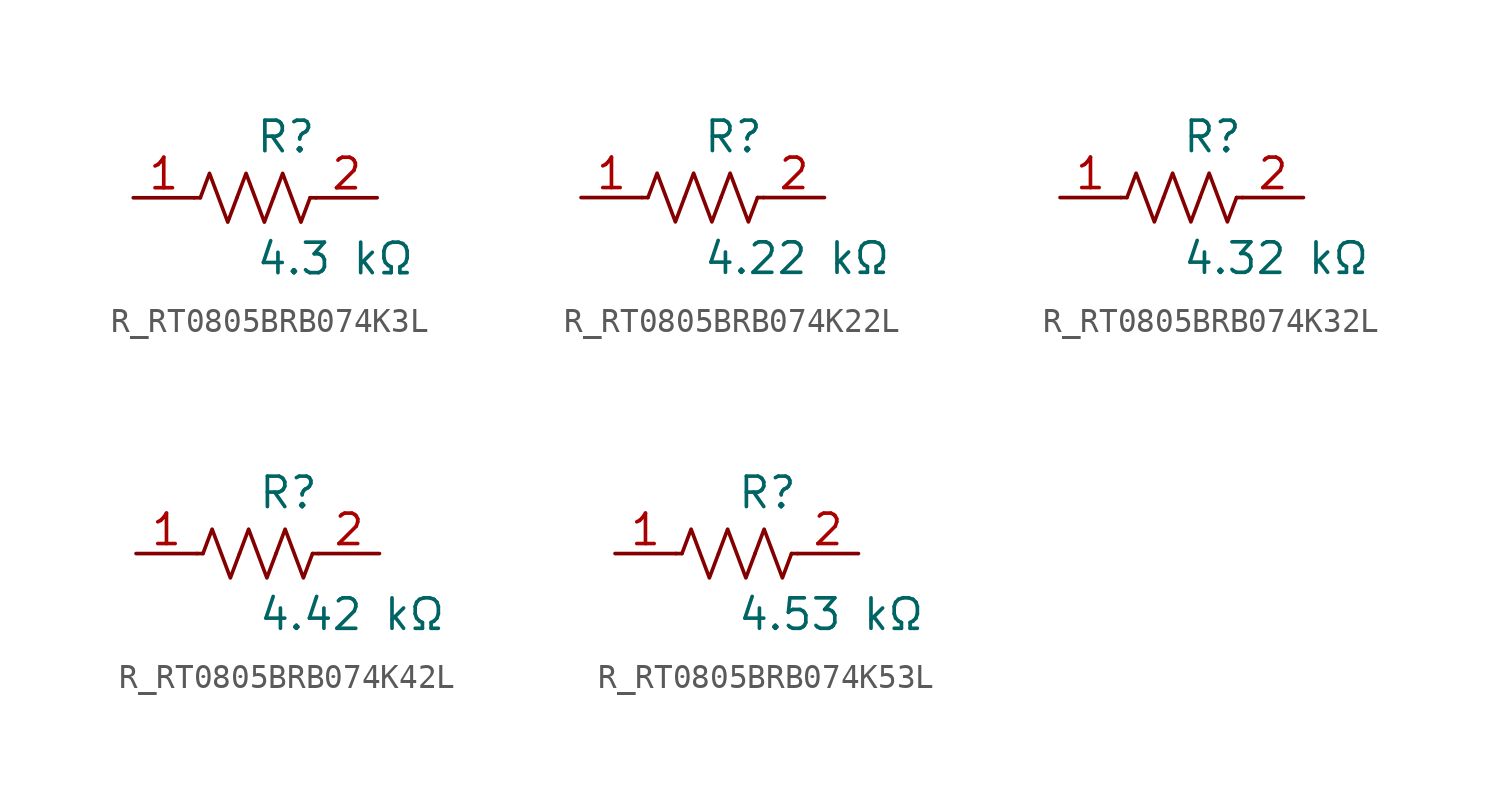
<source format=kicad_sym>
(kicad_symbol_lib
  (version 20231120)
  (generator kicad_symbol_editor)
  (generator_version 8.0)
  (symbol "R_RT0805BRB074K3L"
    (pin_names
      (offset 0.254))
    (property "Reference" "R"
      (at 0.0 2.54 0)
      (effects (font (size 1.27 1.27)) (justify left)))
    (property "Value" "4.3 kΩ"
      (at 0.0 -2.54 0)
      (effects (font (size 1.27 1.27)) (justify left)))
    (symbol "R_RT0805BRB074K3L_0_1"
      (polyline (pts (xy 2.286 0) (xy 2.54 0)) (stroke (width 0) (type default)) (fill (type none)))
      (polyline (pts (xy -2.286 0) (xy -2.54 0)) (stroke (width 0) (type default)) (fill (type none)))
      (polyline (pts (xy 0.762 0) (xy 1.143 1.016) (xy 1.524 0) (xy 1.905 -1.016) (xy 2.286 0)) (stroke (width 0) (type default)) (fill (type none)))
      (polyline (pts (xy -0.762 0) (xy -0.381 1.016) (xy 0 0) (xy 0.381 -1.016) (xy 0.762 0)) (stroke (width 0) (type default)) (fill (type none)))
      (polyline (pts (xy -2.286 0) (xy -1.905 1.016) (xy -1.524 0) (xy -1.143 -1.016) (xy -0.762 0)) (stroke (width 0) (type default)) (fill (type none))))
    (pin unspecified line
      (at -5.08 0 0)
      (length 2.54)
      (name "" (effects (font (size 1.27 1.27))))
      (number "1" (effects (font (size 1.27 1.27)))))
    (pin unspecified line
      (at 5.08 0 180)
      (length 2.54)
      (name "" (effects (font (size 1.27 1.27))))
      (number "2" (effects (font (size 1.27 1.27))))))
  (symbol "R_RT0805BRB074K22L"
    (pin_names
      (offset 0.254))
    (property "Reference" "R"
      (at 0.0 2.54 0)
      (effects (font (size 1.27 1.27)) (justify left)))
    (property "Value" "4.22 kΩ"
      (at 0.0 -2.54 0)
      (effects (font (size 1.27 1.27)) (justify left)))
    (symbol "R_RT0805BRB074K22L_0_1"
      (polyline (pts (xy 2.286 0) (xy 2.54 0)) (stroke (width 0) (type default)) (fill (type none)))
      (polyline (pts (xy -2.286 0) (xy -2.54 0)) (stroke (width 0) (type default)) (fill (type none)))
      (polyline (pts (xy 0.762 0) (xy 1.143 1.016) (xy 1.524 0) (xy 1.905 -1.016) (xy 2.286 0)) (stroke (width 0) (type default)) (fill (type none)))
      (polyline (pts (xy -0.762 0) (xy -0.381 1.016) (xy 0 0) (xy 0.381 -1.016) (xy 0.762 0)) (stroke (width 0) (type default)) (fill (type none)))
      (polyline (pts (xy -2.286 0) (xy -1.905 1.016) (xy -1.524 0) (xy -1.143 -1.016) (xy -0.762 0)) (stroke (width 0) (type default)) (fill (type none))))
    (pin unspecified line
      (at -5.08 0 0)
      (length 2.54)
      (name "" (effects (font (size 1.27 1.27))))
      (number "1" (effects (font (size 1.27 1.27)))))
    (pin unspecified line
      (at 5.08 0 180)
      (length 2.54)
      (name "" (effects (font (size 1.27 1.27))))
      (number "2" (effects (font (size 1.27 1.27))))))
  (symbol "R_RT0805BRB074K32L"
    (pin_names
      (offset 0.254))
    (property "Reference" "R"
      (at 0.0 2.54 0)
      (effects (font (size 1.27 1.27)) (justify left)))
    (property "Value" "4.32 kΩ"
      (at 0.0 -2.54 0)
      (effects (font (size 1.27 1.27)) (justify left)))
    (symbol "R_RT0805BRB074K32L_0_1"
      (polyline (pts (xy 2.286 0) (xy 2.54 0)) (stroke (width 0) (type default)) (fill (type none)))
      (polyline (pts (xy -2.286 0) (xy -2.54 0)) (stroke (width 0) (type default)) (fill (type none)))
      (polyline (pts (xy 0.762 0) (xy 1.143 1.016) (xy 1.524 0) (xy 1.905 -1.016) (xy 2.286 0)) (stroke (width 0) (type default)) (fill (type none)))
      (polyline (pts (xy -0.762 0) (xy -0.381 1.016) (xy 0 0) (xy 0.381 -1.016) (xy 0.762 0)) (stroke (width 0) (type default)) (fill (type none)))
      (polyline (pts (xy -2.286 0) (xy -1.905 1.016) (xy -1.524 0) (xy -1.143 -1.016) (xy -0.762 0)) (stroke (width 0) (type default)) (fill (type none))))
    (pin unspecified line
      (at -5.08 0 0)
      (length 2.54)
      (name "" (effects (font (size 1.27 1.27))))
      (number "1" (effects (font (size 1.27 1.27)))))
    (pin unspecified line
      (at 5.08 0 180)
      (length 2.54)
      (name "" (effects (font (size 1.27 1.27))))
      (number "2" (effects (font (size 1.27 1.27))))))
  (symbol "R_RT0805BRB074K42L"
    (pin_names
      (offset 0.254))
    (property "Reference" "R"
      (at 0.0 2.54 0)
      (effects (font (size 1.27 1.27)) (justify left)))
    (property "Value" "4.42 kΩ"
      (at 0.0 -2.54 0)
      (effects (font (size 1.27 1.27)) (justify left)))
    (symbol "R_RT0805BRB074K42L_0_1"
      (polyline (pts (xy 2.286 0) (xy 2.54 0)) (stroke (width 0) (type default)) (fill (type none)))
      (polyline (pts (xy -2.286 0) (xy -2.54 0)) (stroke (width 0) (type default)) (fill (type none)))
      (polyline (pts (xy 0.762 0) (xy 1.143 1.016) (xy 1.524 0) (xy 1.905 -1.016) (xy 2.286 0)) (stroke (width 0) (type default)) (fill (type none)))
      (polyline (pts (xy -0.762 0) (xy -0.381 1.016) (xy 0 0) (xy 0.381 -1.016) (xy 0.762 0)) (stroke (width 0) (type default)) (fill (type none)))
      (polyline (pts (xy -2.286 0) (xy -1.905 1.016) (xy -1.524 0) (xy -1.143 -1.016) (xy -0.762 0)) (stroke (width 0) (type default)) (fill (type none))))
    (pin unspecified line
      (at -5.08 0 0)
      (length 2.54)
      (name "" (effects (font (size 1.27 1.27))))
      (number "1" (effects (font (size 1.27 1.27)))))
    (pin unspecified line
      (at 5.08 0 180)
      (length 2.54)
      (name "" (effects (font (size 1.27 1.27))))
      (number "2" (effects (font (size 1.27 1.27))))))
  (symbol "R_RT0805BRB074K53L"
    (pin_names
      (offset 0.254))
    (property "Reference" "R"
      (at 0.0 2.54 0)
      (effects (font (size 1.27 1.27)) (justify left)))
    (property "Value" "4.53 kΩ"
      (at 0.0 -2.54 0)
      (effects (font (size 1.27 1.27)) (justify left)))
    (symbol "R_RT0805BRB074K53L_0_1"
      (polyline (pts (xy 2.286 0) (xy 2.54 0)) (stroke (width 0) (type default)) (fill (type none)))
      (polyline (pts (xy -2.286 0) (xy -2.54 0)) (stroke (width 0) (type default)) (fill (type none)))
      (polyline (pts (xy 0.762 0) (xy 1.143 1.016) (xy 1.524 0) (xy 1.905 -1.016) (xy 2.286 0)) (stroke (width 0) (type default)) (fill (type none)))
      (polyline (pts (xy -0.762 0) (xy -0.381 1.016) (xy 0 0) (xy 0.381 -1.016) (xy 0.762 0)) (stroke (width 0) (type default)) (fill (type none)))
      (polyline (pts (xy -2.286 0) (xy -1.905 1.016) (xy -1.524 0) (xy -1.143 -1.016) (xy -0.762 0)) (stroke (width 0) (type default)) (fill (type none))))
    (pin unspecified line
      (at -5.08 0 0)
      (length 2.54)
      (name "" (effects (font (size 1.27 1.27))))
      (number "1" (effects (font (size 1.27 1.27)))))
    (pin unspecified line
      (at 5.08 0 180)
      (length 2.54)
      (name "" (effects (font (size 1.27 1.27))))
      (number "2" (effects (font (size 1.27 1.27)))))))
</source>
